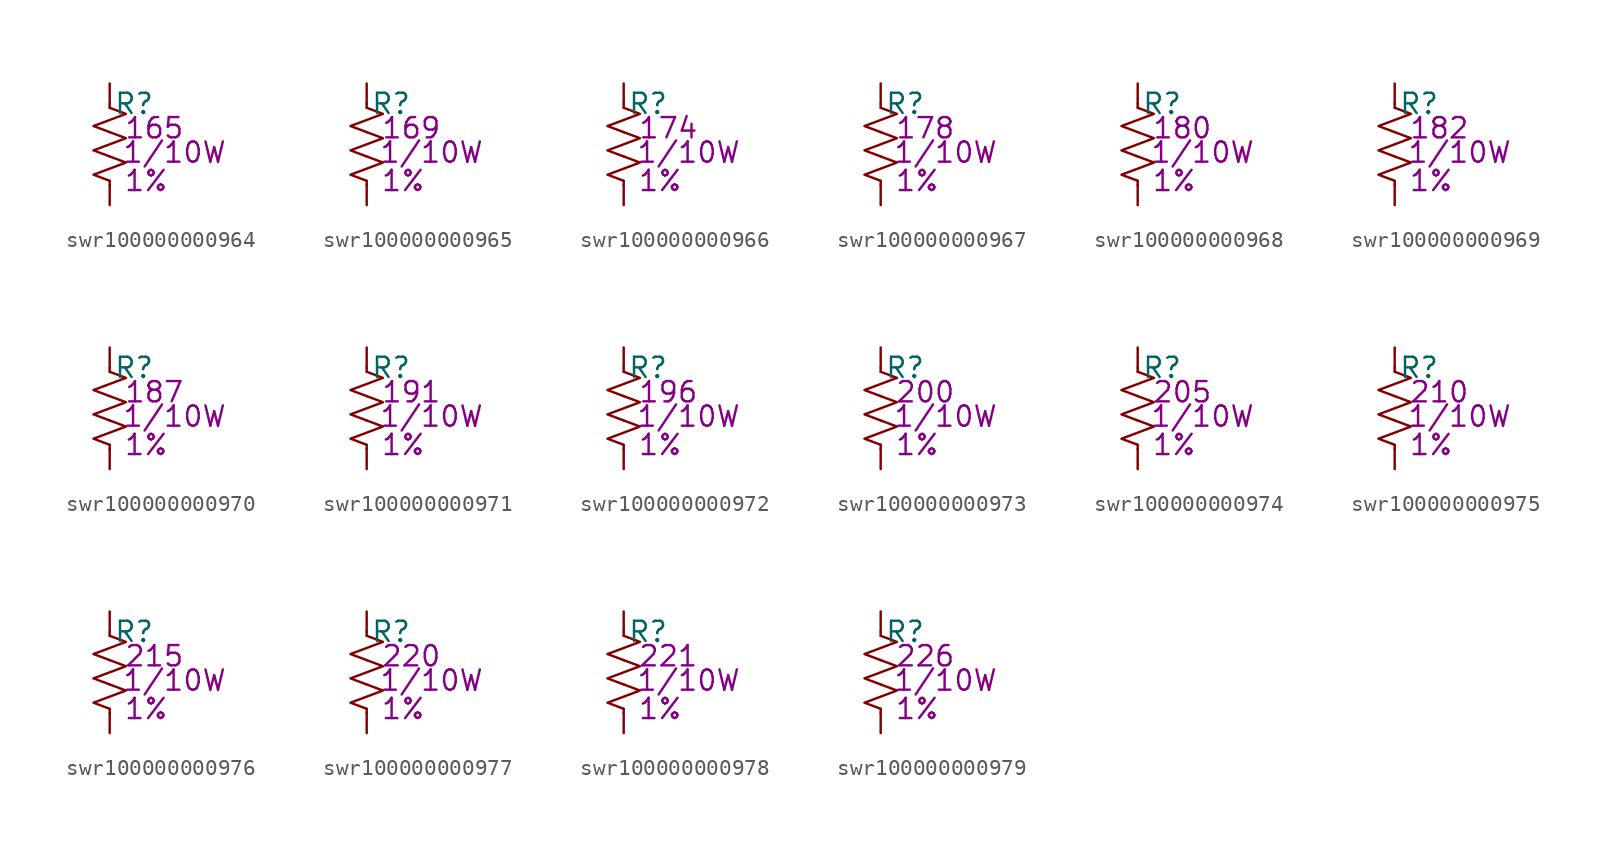
<source format=kicad_sym>
(kicad_symbol_lib
  (version 20211014)
  (generator kicad_symbol_editor)
  (symbol "swr100000000964"
    (pin_numbers hide)
    (pin_names
      (offset 1.016))
    (property "Reference" "R"
      (at 1.524 2.54 0)
      (effects (font (size 1.27 1.27))))
    (property "Tolerance" "1%"
      (at 2.286 -2.286 0)
      (effects (font (size 1.27 1.27))))
    (property "Wattage" "1/10W"
      (at 4.064 -0.508 0)
      (effects (font (size 1.27 1.27))))
    (property "PartValue" "165"
      (at 2.794 1.016 0)
      (effects (font (size 1.27 1.27))))
    (symbol "swr100000000964_1_1"
      (polyline (pts (xy 0 -2.286) (xy 0 -2.54)) (stroke (width 0) (type default) (color 0 0 0 0)) (fill (type none)))
      (polyline (pts (xy 0 2.286) (xy 0 2.54)) (stroke (width 0) (type default) (color 0 0 0 0)) (fill (type none)))
      (polyline (pts (xy 0 -0.762) (xy 1.016 -1.143) (xy 0 -1.524) (xy -1.016 -1.905) (xy 0 -2.286)) (stroke (width 0) (type default) (color 0 0 0 0)) (fill (type none)))
      (polyline (pts (xy 0 0.762) (xy 1.016 0.381) (xy 0 0) (xy -1.016 -0.381) (xy 0 -0.762)) (stroke (width 0) (type default) (color 0 0 0 0)) (fill (type none)))
      (polyline (pts (xy 0 2.286) (xy 1.016 1.905) (xy 0 1.524) (xy -1.016 1.143) (xy 0 0.762)) (stroke (width 0) (type default) (color 0 0 0 0)) (fill (type none)))
      (pin passive line (at 0 3.81 270) (length 1.27) (name "~" (effects (font (size 1.27 1.27)))) (number "1" (effects (font (size 1.27 1.27)))))
      (pin passive line (at 0 -3.81 90) (length 1.27) (name "~" (effects (font (size 1.27 1.27)))) (number "2" (effects (font (size 1.27 1.27)))))))
  (symbol "swr100000000965"
    (pin_numbers hide)
    (pin_names
      (offset 1.016))
    (property "Reference" "R"
      (at 1.524 2.54 0)
      (effects (font (size 1.27 1.27))))
    (property "Tolerance" "1%"
      (at 2.286 -2.286 0)
      (effects (font (size 1.27 1.27))))
    (property "Wattage" "1/10W"
      (at 4.064 -0.508 0)
      (effects (font (size 1.27 1.27))))
    (property "PartValue" "169"
      (at 2.794 1.016 0)
      (effects (font (size 1.27 1.27))))
    (symbol "swr100000000965_1_1"
      (polyline (pts (xy 0 -2.286) (xy 0 -2.54)) (stroke (width 0) (type default) (color 0 0 0 0)) (fill (type none)))
      (polyline (pts (xy 0 2.286) (xy 0 2.54)) (stroke (width 0) (type default) (color 0 0 0 0)) (fill (type none)))
      (polyline (pts (xy 0 -0.762) (xy 1.016 -1.143) (xy 0 -1.524) (xy -1.016 -1.905) (xy 0 -2.286)) (stroke (width 0) (type default) (color 0 0 0 0)) (fill (type none)))
      (polyline (pts (xy 0 0.762) (xy 1.016 0.381) (xy 0 0) (xy -1.016 -0.381) (xy 0 -0.762)) (stroke (width 0) (type default) (color 0 0 0 0)) (fill (type none)))
      (polyline (pts (xy 0 2.286) (xy 1.016 1.905) (xy 0 1.524) (xy -1.016 1.143) (xy 0 0.762)) (stroke (width 0) (type default) (color 0 0 0 0)) (fill (type none)))
      (pin passive line (at 0 3.81 270) (length 1.27) (name "~" (effects (font (size 1.27 1.27)))) (number "1" (effects (font (size 1.27 1.27)))))
      (pin passive line (at 0 -3.81 90) (length 1.27) (name "~" (effects (font (size 1.27 1.27)))) (number "2" (effects (font (size 1.27 1.27)))))))
  (symbol "swr100000000966"
    (pin_numbers hide)
    (pin_names
      (offset 1.016))
    (property "Reference" "R"
      (at 1.524 2.54 0)
      (effects (font (size 1.27 1.27))))
    (property "Tolerance" "1%"
      (at 2.286 -2.286 0)
      (effects (font (size 1.27 1.27))))
    (property "Wattage" "1/10W"
      (at 4.064 -0.508 0)
      (effects (font (size 1.27 1.27))))
    (property "PartValue" "174"
      (at 2.794 1.016 0)
      (effects (font (size 1.27 1.27))))
    (symbol "swr100000000966_1_1"
      (polyline (pts (xy 0 -2.286) (xy 0 -2.54)) (stroke (width 0) (type default) (color 0 0 0 0)) (fill (type none)))
      (polyline (pts (xy 0 2.286) (xy 0 2.54)) (stroke (width 0) (type default) (color 0 0 0 0)) (fill (type none)))
      (polyline (pts (xy 0 -0.762) (xy 1.016 -1.143) (xy 0 -1.524) (xy -1.016 -1.905) (xy 0 -2.286)) (stroke (width 0) (type default) (color 0 0 0 0)) (fill (type none)))
      (polyline (pts (xy 0 0.762) (xy 1.016 0.381) (xy 0 0) (xy -1.016 -0.381) (xy 0 -0.762)) (stroke (width 0) (type default) (color 0 0 0 0)) (fill (type none)))
      (polyline (pts (xy 0 2.286) (xy 1.016 1.905) (xy 0 1.524) (xy -1.016 1.143) (xy 0 0.762)) (stroke (width 0) (type default) (color 0 0 0 0)) (fill (type none)))
      (pin passive line (at 0 3.81 270) (length 1.27) (name "~" (effects (font (size 1.27 1.27)))) (number "1" (effects (font (size 1.27 1.27)))))
      (pin passive line (at 0 -3.81 90) (length 1.27) (name "~" (effects (font (size 1.27 1.27)))) (number "2" (effects (font (size 1.27 1.27)))))))
  (symbol "swr100000000967"
    (pin_numbers hide)
    (pin_names
      (offset 1.016))
    (property "Reference" "R"
      (at 1.524 2.54 0)
      (effects (font (size 1.27 1.27))))
    (property "Tolerance" "1%"
      (at 2.286 -2.286 0)
      (effects (font (size 1.27 1.27))))
    (property "Wattage" "1/10W"
      (at 4.064 -0.508 0)
      (effects (font (size 1.27 1.27))))
    (property "PartValue" "178"
      (at 2.794 1.016 0)
      (effects (font (size 1.27 1.27))))
    (symbol "swr100000000967_1_1"
      (polyline (pts (xy 0 -2.286) (xy 0 -2.54)) (stroke (width 0) (type default) (color 0 0 0 0)) (fill (type none)))
      (polyline (pts (xy 0 2.286) (xy 0 2.54)) (stroke (width 0) (type default) (color 0 0 0 0)) (fill (type none)))
      (polyline (pts (xy 0 -0.762) (xy 1.016 -1.143) (xy 0 -1.524) (xy -1.016 -1.905) (xy 0 -2.286)) (stroke (width 0) (type default) (color 0 0 0 0)) (fill (type none)))
      (polyline (pts (xy 0 0.762) (xy 1.016 0.381) (xy 0 0) (xy -1.016 -0.381) (xy 0 -0.762)) (stroke (width 0) (type default) (color 0 0 0 0)) (fill (type none)))
      (polyline (pts (xy 0 2.286) (xy 1.016 1.905) (xy 0 1.524) (xy -1.016 1.143) (xy 0 0.762)) (stroke (width 0) (type default) (color 0 0 0 0)) (fill (type none)))
      (pin passive line (at 0 3.81 270) (length 1.27) (name "~" (effects (font (size 1.27 1.27)))) (number "1" (effects (font (size 1.27 1.27)))))
      (pin passive line (at 0 -3.81 90) (length 1.27) (name "~" (effects (font (size 1.27 1.27)))) (number "2" (effects (font (size 1.27 1.27)))))))
  (symbol "swr100000000968"
    (pin_numbers hide)
    (pin_names
      (offset 1.016))
    (property "Reference" "R"
      (at 1.524 2.54 0)
      (effects (font (size 1.27 1.27))))
    (property "Tolerance" "1%"
      (at 2.286 -2.286 0)
      (effects (font (size 1.27 1.27))))
    (property "Wattage" "1/10W"
      (at 4.064 -0.508 0)
      (effects (font (size 1.27 1.27))))
    (property "PartValue" "180"
      (at 2.794 1.016 0)
      (effects (font (size 1.27 1.27))))
    (symbol "swr100000000968_1_1"
      (polyline (pts (xy 0 -2.286) (xy 0 -2.54)) (stroke (width 0) (type default) (color 0 0 0 0)) (fill (type none)))
      (polyline (pts (xy 0 2.286) (xy 0 2.54)) (stroke (width 0) (type default) (color 0 0 0 0)) (fill (type none)))
      (polyline (pts (xy 0 -0.762) (xy 1.016 -1.143) (xy 0 -1.524) (xy -1.016 -1.905) (xy 0 -2.286)) (stroke (width 0) (type default) (color 0 0 0 0)) (fill (type none)))
      (polyline (pts (xy 0 0.762) (xy 1.016 0.381) (xy 0 0) (xy -1.016 -0.381) (xy 0 -0.762)) (stroke (width 0) (type default) (color 0 0 0 0)) (fill (type none)))
      (polyline (pts (xy 0 2.286) (xy 1.016 1.905) (xy 0 1.524) (xy -1.016 1.143) (xy 0 0.762)) (stroke (width 0) (type default) (color 0 0 0 0)) (fill (type none)))
      (pin passive line (at 0 3.81 270) (length 1.27) (name "~" (effects (font (size 1.27 1.27)))) (number "1" (effects (font (size 1.27 1.27)))))
      (pin passive line (at 0 -3.81 90) (length 1.27) (name "~" (effects (font (size 1.27 1.27)))) (number "2" (effects (font (size 1.27 1.27)))))))
  (symbol "swr100000000969"
    (pin_numbers hide)
    (pin_names
      (offset 1.016))
    (property "Reference" "R"
      (at 1.524 2.54 0)
      (effects (font (size 1.27 1.27))))
    (property "Tolerance" "1%"
      (at 2.286 -2.286 0)
      (effects (font (size 1.27 1.27))))
    (property "Wattage" "1/10W"
      (at 4.064 -0.508 0)
      (effects (font (size 1.27 1.27))))
    (property "PartValue" "182"
      (at 2.794 1.016 0)
      (effects (font (size 1.27 1.27))))
    (symbol "swr100000000969_1_1"
      (polyline (pts (xy 0 -2.286) (xy 0 -2.54)) (stroke (width 0) (type default) (color 0 0 0 0)) (fill (type none)))
      (polyline (pts (xy 0 2.286) (xy 0 2.54)) (stroke (width 0) (type default) (color 0 0 0 0)) (fill (type none)))
      (polyline (pts (xy 0 -0.762) (xy 1.016 -1.143) (xy 0 -1.524) (xy -1.016 -1.905) (xy 0 -2.286)) (stroke (width 0) (type default) (color 0 0 0 0)) (fill (type none)))
      (polyline (pts (xy 0 0.762) (xy 1.016 0.381) (xy 0 0) (xy -1.016 -0.381) (xy 0 -0.762)) (stroke (width 0) (type default) (color 0 0 0 0)) (fill (type none)))
      (polyline (pts (xy 0 2.286) (xy 1.016 1.905) (xy 0 1.524) (xy -1.016 1.143) (xy 0 0.762)) (stroke (width 0) (type default) (color 0 0 0 0)) (fill (type none)))
      (pin passive line (at 0 3.81 270) (length 1.27) (name "~" (effects (font (size 1.27 1.27)))) (number "1" (effects (font (size 1.27 1.27)))))
      (pin passive line (at 0 -3.81 90) (length 1.27) (name "~" (effects (font (size 1.27 1.27)))) (number "2" (effects (font (size 1.27 1.27)))))))
  (symbol "swr100000000970"
    (pin_numbers hide)
    (pin_names
      (offset 1.016))
    (property "Reference" "R"
      (at 1.524 2.54 0)
      (effects (font (size 1.27 1.27))))
    (property "Tolerance" "1%"
      (at 2.286 -2.286 0)
      (effects (font (size 1.27 1.27))))
    (property "Wattage" "1/10W"
      (at 4.064 -0.508 0)
      (effects (font (size 1.27 1.27))))
    (property "PartValue" "187"
      (at 2.794 1.016 0)
      (effects (font (size 1.27 1.27))))
    (symbol "swr100000000970_1_1"
      (polyline (pts (xy 0 -2.286) (xy 0 -2.54)) (stroke (width 0) (type default) (color 0 0 0 0)) (fill (type none)))
      (polyline (pts (xy 0 2.286) (xy 0 2.54)) (stroke (width 0) (type default) (color 0 0 0 0)) (fill (type none)))
      (polyline (pts (xy 0 -0.762) (xy 1.016 -1.143) (xy 0 -1.524) (xy -1.016 -1.905) (xy 0 -2.286)) (stroke (width 0) (type default) (color 0 0 0 0)) (fill (type none)))
      (polyline (pts (xy 0 0.762) (xy 1.016 0.381) (xy 0 0) (xy -1.016 -0.381) (xy 0 -0.762)) (stroke (width 0) (type default) (color 0 0 0 0)) (fill (type none)))
      (polyline (pts (xy 0 2.286) (xy 1.016 1.905) (xy 0 1.524) (xy -1.016 1.143) (xy 0 0.762)) (stroke (width 0) (type default) (color 0 0 0 0)) (fill (type none)))
      (pin passive line (at 0 3.81 270) (length 1.27) (name "~" (effects (font (size 1.27 1.27)))) (number "1" (effects (font (size 1.27 1.27)))))
      (pin passive line (at 0 -3.81 90) (length 1.27) (name "~" (effects (font (size 1.27 1.27)))) (number "2" (effects (font (size 1.27 1.27)))))))
  (symbol "swr100000000971"
    (pin_numbers hide)
    (pin_names
      (offset 1.016))
    (property "Reference" "R"
      (at 1.524 2.54 0)
      (effects (font (size 1.27 1.27))))
    (property "Tolerance" "1%"
      (at 2.286 -2.286 0)
      (effects (font (size 1.27 1.27))))
    (property "Wattage" "1/10W"
      (at 4.064 -0.508 0)
      (effects (font (size 1.27 1.27))))
    (property "PartValue" "191"
      (at 2.794 1.016 0)
      (effects (font (size 1.27 1.27))))
    (symbol "swr100000000971_1_1"
      (polyline (pts (xy 0 -2.286) (xy 0 -2.54)) (stroke (width 0) (type default) (color 0 0 0 0)) (fill (type none)))
      (polyline (pts (xy 0 2.286) (xy 0 2.54)) (stroke (width 0) (type default) (color 0 0 0 0)) (fill (type none)))
      (polyline (pts (xy 0 -0.762) (xy 1.016 -1.143) (xy 0 -1.524) (xy -1.016 -1.905) (xy 0 -2.286)) (stroke (width 0) (type default) (color 0 0 0 0)) (fill (type none)))
      (polyline (pts (xy 0 0.762) (xy 1.016 0.381) (xy 0 0) (xy -1.016 -0.381) (xy 0 -0.762)) (stroke (width 0) (type default) (color 0 0 0 0)) (fill (type none)))
      (polyline (pts (xy 0 2.286) (xy 1.016 1.905) (xy 0 1.524) (xy -1.016 1.143) (xy 0 0.762)) (stroke (width 0) (type default) (color 0 0 0 0)) (fill (type none)))
      (pin passive line (at 0 3.81 270) (length 1.27) (name "~" (effects (font (size 1.27 1.27)))) (number "1" (effects (font (size 1.27 1.27)))))
      (pin passive line (at 0 -3.81 90) (length 1.27) (name "~" (effects (font (size 1.27 1.27)))) (number "2" (effects (font (size 1.27 1.27)))))))
  (symbol "swr100000000972"
    (pin_numbers hide)
    (pin_names
      (offset 1.016))
    (property "Reference" "R"
      (at 1.524 2.54 0)
      (effects (font (size 1.27 1.27))))
    (property "Tolerance" "1%"
      (at 2.286 -2.286 0)
      (effects (font (size 1.27 1.27))))
    (property "Wattage" "1/10W"
      (at 4.064 -0.508 0)
      (effects (font (size 1.27 1.27))))
    (property "PartValue" "196"
      (at 2.794 1.016 0)
      (effects (font (size 1.27 1.27))))
    (symbol "swr100000000972_1_1"
      (polyline (pts (xy 0 -2.286) (xy 0 -2.54)) (stroke (width 0) (type default) (color 0 0 0 0)) (fill (type none)))
      (polyline (pts (xy 0 2.286) (xy 0 2.54)) (stroke (width 0) (type default) (color 0 0 0 0)) (fill (type none)))
      (polyline (pts (xy 0 -0.762) (xy 1.016 -1.143) (xy 0 -1.524) (xy -1.016 -1.905) (xy 0 -2.286)) (stroke (width 0) (type default) (color 0 0 0 0)) (fill (type none)))
      (polyline (pts (xy 0 0.762) (xy 1.016 0.381) (xy 0 0) (xy -1.016 -0.381) (xy 0 -0.762)) (stroke (width 0) (type default) (color 0 0 0 0)) (fill (type none)))
      (polyline (pts (xy 0 2.286) (xy 1.016 1.905) (xy 0 1.524) (xy -1.016 1.143) (xy 0 0.762)) (stroke (width 0) (type default) (color 0 0 0 0)) (fill (type none)))
      (pin passive line (at 0 3.81 270) (length 1.27) (name "~" (effects (font (size 1.27 1.27)))) (number "1" (effects (font (size 1.27 1.27)))))
      (pin passive line (at 0 -3.81 90) (length 1.27) (name "~" (effects (font (size 1.27 1.27)))) (number "2" (effects (font (size 1.27 1.27)))))))
  (symbol "swr100000000973"
    (pin_numbers hide)
    (pin_names
      (offset 1.016))
    (property "Reference" "R"
      (at 1.524 2.54 0)
      (effects (font (size 1.27 1.27))))
    (property "Tolerance" "1%"
      (at 2.286 -2.286 0)
      (effects (font (size 1.27 1.27))))
    (property "Wattage" "1/10W"
      (at 4.064 -0.508 0)
      (effects (font (size 1.27 1.27))))
    (property "PartValue" "200"
      (at 2.794 1.016 0)
      (effects (font (size 1.27 1.27))))
    (symbol "swr100000000973_1_1"
      (polyline (pts (xy 0 -2.286) (xy 0 -2.54)) (stroke (width 0) (type default) (color 0 0 0 0)) (fill (type none)))
      (polyline (pts (xy 0 2.286) (xy 0 2.54)) (stroke (width 0) (type default) (color 0 0 0 0)) (fill (type none)))
      (polyline (pts (xy 0 -0.762) (xy 1.016 -1.143) (xy 0 -1.524) (xy -1.016 -1.905) (xy 0 -2.286)) (stroke (width 0) (type default) (color 0 0 0 0)) (fill (type none)))
      (polyline (pts (xy 0 0.762) (xy 1.016 0.381) (xy 0 0) (xy -1.016 -0.381) (xy 0 -0.762)) (stroke (width 0) (type default) (color 0 0 0 0)) (fill (type none)))
      (polyline (pts (xy 0 2.286) (xy 1.016 1.905) (xy 0 1.524) (xy -1.016 1.143) (xy 0 0.762)) (stroke (width 0) (type default) (color 0 0 0 0)) (fill (type none)))
      (pin passive line (at 0 3.81 270) (length 1.27) (name "~" (effects (font (size 1.27 1.27)))) (number "1" (effects (font (size 1.27 1.27)))))
      (pin passive line (at 0 -3.81 90) (length 1.27) (name "~" (effects (font (size 1.27 1.27)))) (number "2" (effects (font (size 1.27 1.27)))))))
  (symbol "swr100000000974"
    (pin_numbers hide)
    (pin_names
      (offset 1.016))
    (property "Reference" "R"
      (at 1.524 2.54 0)
      (effects (font (size 1.27 1.27))))
    (property "Tolerance" "1%"
      (at 2.286 -2.286 0)
      (effects (font (size 1.27 1.27))))
    (property "Wattage" "1/10W"
      (at 4.064 -0.508 0)
      (effects (font (size 1.27 1.27))))
    (property "PartValue" "205"
      (at 2.794 1.016 0)
      (effects (font (size 1.27 1.27))))
    (symbol "swr100000000974_1_1"
      (polyline (pts (xy 0 -2.286) (xy 0 -2.54)) (stroke (width 0) (type default) (color 0 0 0 0)) (fill (type none)))
      (polyline (pts (xy 0 2.286) (xy 0 2.54)) (stroke (width 0) (type default) (color 0 0 0 0)) (fill (type none)))
      (polyline (pts (xy 0 -0.762) (xy 1.016 -1.143) (xy 0 -1.524) (xy -1.016 -1.905) (xy 0 -2.286)) (stroke (width 0) (type default) (color 0 0 0 0)) (fill (type none)))
      (polyline (pts (xy 0 0.762) (xy 1.016 0.381) (xy 0 0) (xy -1.016 -0.381) (xy 0 -0.762)) (stroke (width 0) (type default) (color 0 0 0 0)) (fill (type none)))
      (polyline (pts (xy 0 2.286) (xy 1.016 1.905) (xy 0 1.524) (xy -1.016 1.143) (xy 0 0.762)) (stroke (width 0) (type default) (color 0 0 0 0)) (fill (type none)))
      (pin passive line (at 0 3.81 270) (length 1.27) (name "~" (effects (font (size 1.27 1.27)))) (number "1" (effects (font (size 1.27 1.27)))))
      (pin passive line (at 0 -3.81 90) (length 1.27) (name "~" (effects (font (size 1.27 1.27)))) (number "2" (effects (font (size 1.27 1.27)))))))
  (symbol "swr100000000975"
    (pin_numbers hide)
    (pin_names
      (offset 1.016))
    (property "Reference" "R"
      (at 1.524 2.54 0)
      (effects (font (size 1.27 1.27))))
    (property "Tolerance" "1%"
      (at 2.286 -2.286 0)
      (effects (font (size 1.27 1.27))))
    (property "Wattage" "1/10W"
      (at 4.064 -0.508 0)
      (effects (font (size 1.27 1.27))))
    (property "PartValue" "210"
      (at 2.794 1.016 0)
      (effects (font (size 1.27 1.27))))
    (symbol "swr100000000975_1_1"
      (polyline (pts (xy 0 -2.286) (xy 0 -2.54)) (stroke (width 0) (type default) (color 0 0 0 0)) (fill (type none)))
      (polyline (pts (xy 0 2.286) (xy 0 2.54)) (stroke (width 0) (type default) (color 0 0 0 0)) (fill (type none)))
      (polyline (pts (xy 0 -0.762) (xy 1.016 -1.143) (xy 0 -1.524) (xy -1.016 -1.905) (xy 0 -2.286)) (stroke (width 0) (type default) (color 0 0 0 0)) (fill (type none)))
      (polyline (pts (xy 0 0.762) (xy 1.016 0.381) (xy 0 0) (xy -1.016 -0.381) (xy 0 -0.762)) (stroke (width 0) (type default) (color 0 0 0 0)) (fill (type none)))
      (polyline (pts (xy 0 2.286) (xy 1.016 1.905) (xy 0 1.524) (xy -1.016 1.143) (xy 0 0.762)) (stroke (width 0) (type default) (color 0 0 0 0)) (fill (type none)))
      (pin passive line (at 0 3.81 270) (length 1.27) (name "~" (effects (font (size 1.27 1.27)))) (number "1" (effects (font (size 1.27 1.27)))))
      (pin passive line (at 0 -3.81 90) (length 1.27) (name "~" (effects (font (size 1.27 1.27)))) (number "2" (effects (font (size 1.27 1.27)))))))
  (symbol "swr100000000976"
    (pin_numbers hide)
    (pin_names
      (offset 1.016))
    (property "Reference" "R"
      (at 1.524 2.54 0)
      (effects (font (size 1.27 1.27))))
    (property "Tolerance" "1%"
      (at 2.286 -2.286 0)
      (effects (font (size 1.27 1.27))))
    (property "Wattage" "1/10W"
      (at 4.064 -0.508 0)
      (effects (font (size 1.27 1.27))))
    (property "PartValue" "215"
      (at 2.794 1.016 0)
      (effects (font (size 1.27 1.27))))
    (symbol "swr100000000976_1_1"
      (polyline (pts (xy 0 -2.286) (xy 0 -2.54)) (stroke (width 0) (type default) (color 0 0 0 0)) (fill (type none)))
      (polyline (pts (xy 0 2.286) (xy 0 2.54)) (stroke (width 0) (type default) (color 0 0 0 0)) (fill (type none)))
      (polyline (pts (xy 0 -0.762) (xy 1.016 -1.143) (xy 0 -1.524) (xy -1.016 -1.905) (xy 0 -2.286)) (stroke (width 0) (type default) (color 0 0 0 0)) (fill (type none)))
      (polyline (pts (xy 0 0.762) (xy 1.016 0.381) (xy 0 0) (xy -1.016 -0.381) (xy 0 -0.762)) (stroke (width 0) (type default) (color 0 0 0 0)) (fill (type none)))
      (polyline (pts (xy 0 2.286) (xy 1.016 1.905) (xy 0 1.524) (xy -1.016 1.143) (xy 0 0.762)) (stroke (width 0) (type default) (color 0 0 0 0)) (fill (type none)))
      (pin passive line (at 0 3.81 270) (length 1.27) (name "~" (effects (font (size 1.27 1.27)))) (number "1" (effects (font (size 1.27 1.27)))))
      (pin passive line (at 0 -3.81 90) (length 1.27) (name "~" (effects (font (size 1.27 1.27)))) (number "2" (effects (font (size 1.27 1.27)))))))
  (symbol "swr100000000977"
    (pin_numbers hide)
    (pin_names
      (offset 1.016))
    (property "Reference" "R"
      (at 1.524 2.54 0)
      (effects (font (size 1.27 1.27))))
    (property "Tolerance" "1%"
      (at 2.286 -2.286 0)
      (effects (font (size 1.27 1.27))))
    (property "Wattage" "1/10W"
      (at 4.064 -0.508 0)
      (effects (font (size 1.27 1.27))))
    (property "PartValue" "220"
      (at 2.794 1.016 0)
      (effects (font (size 1.27 1.27))))
    (symbol "swr100000000977_1_1"
      (polyline (pts (xy 0 -2.286) (xy 0 -2.54)) (stroke (width 0) (type default) (color 0 0 0 0)) (fill (type none)))
      (polyline (pts (xy 0 2.286) (xy 0 2.54)) (stroke (width 0) (type default) (color 0 0 0 0)) (fill (type none)))
      (polyline (pts (xy 0 -0.762) (xy 1.016 -1.143) (xy 0 -1.524) (xy -1.016 -1.905) (xy 0 -2.286)) (stroke (width 0) (type default) (color 0 0 0 0)) (fill (type none)))
      (polyline (pts (xy 0 0.762) (xy 1.016 0.381) (xy 0 0) (xy -1.016 -0.381) (xy 0 -0.762)) (stroke (width 0) (type default) (color 0 0 0 0)) (fill (type none)))
      (polyline (pts (xy 0 2.286) (xy 1.016 1.905) (xy 0 1.524) (xy -1.016 1.143) (xy 0 0.762)) (stroke (width 0) (type default) (color 0 0 0 0)) (fill (type none)))
      (pin passive line (at 0 3.81 270) (length 1.27) (name "~" (effects (font (size 1.27 1.27)))) (number "1" (effects (font (size 1.27 1.27)))))
      (pin passive line (at 0 -3.81 90) (length 1.27) (name "~" (effects (font (size 1.27 1.27)))) (number "2" (effects (font (size 1.27 1.27)))))))
  (symbol "swr100000000978"
    (pin_numbers hide)
    (pin_names
      (offset 1.016))
    (property "Reference" "R"
      (at 1.524 2.54 0)
      (effects (font (size 1.27 1.27))))
    (property "Tolerance" "1%"
      (at 2.286 -2.286 0)
      (effects (font (size 1.27 1.27))))
    (property "Wattage" "1/10W"
      (at 4.064 -0.508 0)
      (effects (font (size 1.27 1.27))))
    (property "PartValue" "221"
      (at 2.794 1.016 0)
      (effects (font (size 1.27 1.27))))
    (symbol "swr100000000978_1_1"
      (polyline (pts (xy 0 -2.286) (xy 0 -2.54)) (stroke (width 0) (type default) (color 0 0 0 0)) (fill (type none)))
      (polyline (pts (xy 0 2.286) (xy 0 2.54)) (stroke (width 0) (type default) (color 0 0 0 0)) (fill (type none)))
      (polyline (pts (xy 0 -0.762) (xy 1.016 -1.143) (xy 0 -1.524) (xy -1.016 -1.905) (xy 0 -2.286)) (stroke (width 0) (type default) (color 0 0 0 0)) (fill (type none)))
      (polyline (pts (xy 0 0.762) (xy 1.016 0.381) (xy 0 0) (xy -1.016 -0.381) (xy 0 -0.762)) (stroke (width 0) (type default) (color 0 0 0 0)) (fill (type none)))
      (polyline (pts (xy 0 2.286) (xy 1.016 1.905) (xy 0 1.524) (xy -1.016 1.143) (xy 0 0.762)) (stroke (width 0) (type default) (color 0 0 0 0)) (fill (type none)))
      (pin passive line (at 0 3.81 270) (length 1.27) (name "~" (effects (font (size 1.27 1.27)))) (number "1" (effects (font (size 1.27 1.27)))))
      (pin passive line (at 0 -3.81 90) (length 1.27) (name "~" (effects (font (size 1.27 1.27)))) (number "2" (effects (font (size 1.27 1.27)))))))
  (symbol "swr100000000979"
    (pin_numbers hide)
    (pin_names
      (offset 1.016))
    (property "Reference" "R"
      (at 1.524 2.54 0)
      (effects (font (size 1.27 1.27))))
    (property "Tolerance" "1%"
      (at 2.286 -2.286 0)
      (effects (font (size 1.27 1.27))))
    (property "Wattage" "1/10W"
      (at 4.064 -0.508 0)
      (effects (font (size 1.27 1.27))))
    (property "PartValue" "226"
      (at 2.794 1.016 0)
      (effects (font (size 1.27 1.27))))
    (symbol "swr100000000979_1_1"
      (polyline (pts (xy 0 -2.286) (xy 0 -2.54)) (stroke (width 0) (type default) (color 0 0 0 0)) (fill (type none)))
      (polyline (pts (xy 0 2.286) (xy 0 2.54)) (stroke (width 0) (type default) (color 0 0 0 0)) (fill (type none)))
      (polyline (pts (xy 0 -0.762) (xy 1.016 -1.143) (xy 0 -1.524) (xy -1.016 -1.905) (xy 0 -2.286)) (stroke (width 0) (type default) (color 0 0 0 0)) (fill (type none)))
      (polyline (pts (xy 0 0.762) (xy 1.016 0.381) (xy 0 0) (xy -1.016 -0.381) (xy 0 -0.762)) (stroke (width 0) (type default) (color 0 0 0 0)) (fill (type none)))
      (polyline (pts (xy 0 2.286) (xy 1.016 1.905) (xy 0 1.524) (xy -1.016 1.143) (xy 0 0.762)) (stroke (width 0) (type default) (color 0 0 0 0)) (fill (type none)))
      (pin passive line (at 0 3.81 270) (length 1.27) (name "~" (effects (font (size 1.27 1.27)))) (number "1" (effects (font (size 1.27 1.27)))))
      (pin passive line (at 0 -3.81 90) (length 1.27) (name "~" (effects (font (size 1.27 1.27)))) (number "2" (effects (font (size 1.27 1.27))))))))
</source>
